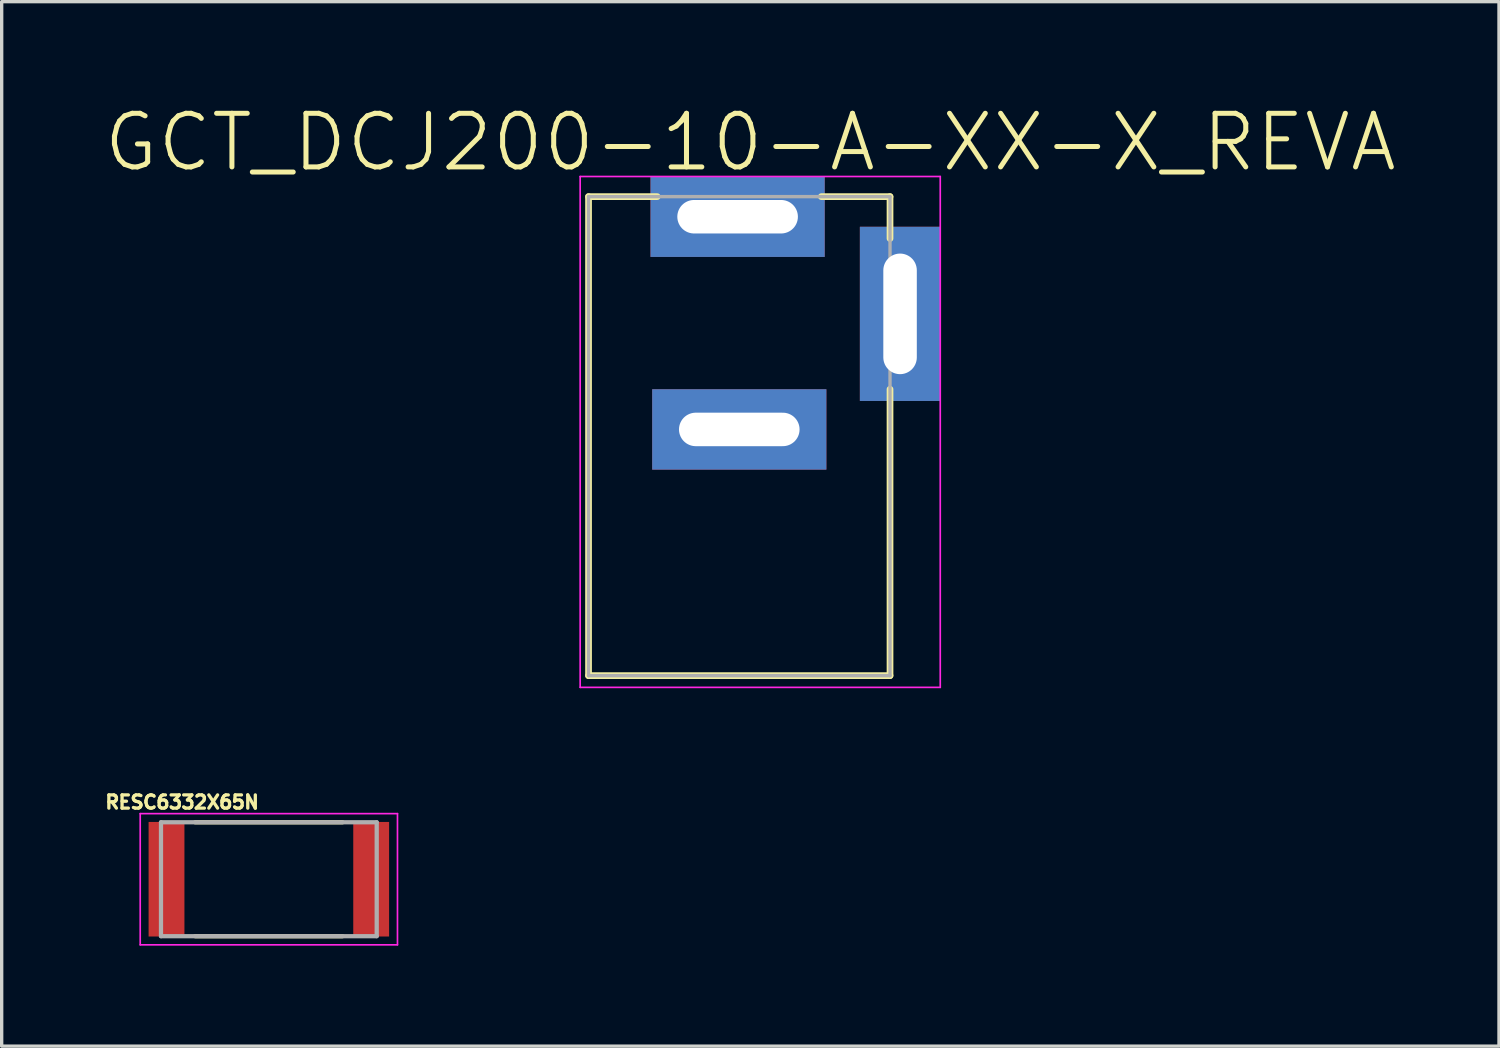
<source format=kicad_pcb>
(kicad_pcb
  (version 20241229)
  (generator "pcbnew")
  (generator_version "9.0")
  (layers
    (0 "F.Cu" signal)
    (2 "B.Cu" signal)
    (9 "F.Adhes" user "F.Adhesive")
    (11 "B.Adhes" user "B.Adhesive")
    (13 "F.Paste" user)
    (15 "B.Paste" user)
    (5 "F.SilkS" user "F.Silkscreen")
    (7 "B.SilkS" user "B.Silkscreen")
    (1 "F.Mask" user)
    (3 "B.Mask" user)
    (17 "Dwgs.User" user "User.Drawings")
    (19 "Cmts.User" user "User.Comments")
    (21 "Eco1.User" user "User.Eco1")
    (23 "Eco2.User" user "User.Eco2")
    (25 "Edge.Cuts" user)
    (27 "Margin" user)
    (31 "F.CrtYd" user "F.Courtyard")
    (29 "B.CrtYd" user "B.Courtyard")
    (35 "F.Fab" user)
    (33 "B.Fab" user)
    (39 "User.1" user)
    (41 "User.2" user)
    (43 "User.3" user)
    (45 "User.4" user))
  (footprint "RESC6332X65N"
    (layer "F.Cu")
    (at 4.976 23.198)
    (property "Reference" "RESC6332X65N" (at -2.59 -2.3 0) (layer "F.SilkS") (effects (font (size 0.394 0.394) (thickness 0.15))))
    (attr through_hole)
    (fp_line (start -2.2 -1.7) (end 2.2 -1.7) (stroke (width 0.127) (type solid)) (layer "F.SilkS"))
    (fp_line (start -2.2 1.7) (end 2.2 1.7) (stroke (width 0.127) (type solid)) (layer "F.SilkS"))
    (fp_line (start -3.84 -1.958) (end 3.84 -1.958) (stroke (width 0.05) (type solid)) (layer "F.CrtYd"))
    (fp_line (start -3.84 1.958) (end -3.84 -1.958) (stroke (width 0.05) (type solid)) (layer "F.CrtYd"))
    (fp_line (start -3.84 1.958) (end 3.84 1.958) (stroke (width 0.05) (type solid)) (layer "F.CrtYd"))
    (fp_line (start 3.84 1.958) (end 3.84 -1.958) (stroke (width 0.05) (type solid)) (layer "F.CrtYd"))
    (fp_line (start -3.22 1.7) (end -3.22 -1.7) (stroke (width 0.127) (type solid)) (layer "F.Fab"))
    (fp_line (start 3.22 -1.7) (end -3.22 -1.7) (stroke (width 0.127) (type solid)) (layer "F.Fab"))
    (fp_line (start 3.22 1.7) (end -3.22 1.7) (stroke (width 0.127) (type solid)) (layer "F.Fab"))
    (fp_line (start 3.22 1.7) (end 3.22 -1.7) (stroke (width 0.127) (type solid)) (layer "F.Fab"))
    (pad "1" smd rect (at -3.055 0) (size 1.07 3.42) (layers "F.Cu" "F.Mask" "F.Paste"))
    (pad "2" smd rect (at 3.055 0) (size 1.07 3.42) (layers "F.Cu" "F.Mask" "F.Paste")))
  (footprint "GCT_DCJ200-10-A-XX-X_REVA"
    (layer "F.Cu")
    (at 19.02 9.97)
    (property "Reference" "GCT_DCJ200-10-A-XX-X_REVA" (at 0.33 -8.77 0) (layer "F.SilkS") (effects (font (size 1.601 1.601) (thickness 0.15))))
    (attr through_hole)
    (fp_line (start -4.5 -7.15) (end -4.5 7.15) (stroke (width 0.2) (type solid)) (layer "F.SilkS"))
    (fp_line (start -4.5 7.15) (end 4.5 7.15) (stroke (width 0.2) (type solid)) (layer "F.SilkS"))
    (fp_line (start -2.45 -7.15) (end -4.5 -7.15) (stroke (width 0.2) (type solid)) (layer "F.SilkS"))
    (fp_line (start 2.45 -7.15) (end 4.5 -7.15) (stroke (width 0.2) (type solid)) (layer "F.SilkS"))
    (fp_line (start 4.5 -7.15) (end 4.5 -5.9) (stroke (width 0.2) (type solid)) (layer "F.SilkS"))
    (fp_line (start 4.5 7.15) (end 4.5 -1.4) (stroke (width 0.2) (type solid)) (layer "F.SilkS"))
    (fp_line (start -4.75 -7.75) (end 6 -7.75) (stroke (width 0.05) (type solid)) (layer "F.CrtYd"))
    (fp_line (start -4.75 7.5) (end -4.75 -7.75) (stroke (width 0.05) (type solid)) (layer "F.CrtYd"))
    (fp_line (start 6 -7.75) (end 6 7.5) (stroke (width 0.05) (type solid)) (layer "F.CrtYd"))
    (fp_line (start 6 7.5) (end -4.75 7.5) (stroke (width 0.05) (type solid)) (layer "F.CrtYd"))
    (fp_line (start -4.5 -7.15) (end 4.5 -7.15) (stroke (width 0.1) (type solid)) (layer "F.Fab"))
    (fp_line (start -4.5 7.15) (end -4.5 -7.15) (stroke (width 0.1) (type solid)) (layer "F.Fab"))
    (fp_line (start -4.5 7.15) (end 4.5 7.15) (stroke (width 0.1) (type solid)) (layer "F.Fab"))
    (fp_line (start 4.5 7.15) (end 4.5 -7.15) (stroke (width 0.1) (type solid)) (layer "F.Fab"))
    (pad "1" thru_hole rect (at -0.05 -6.55) (size 5.2 2.4) (drill oval 3.6 1) (layers "*.Cu" "*.Mask"))
    (pad "2" thru_hole rect (at 0 -0.2) (size 5.2 2.4) (drill oval 3.6 1) (layers "*.Cu" "*.Mask"))
    (pad "3" thru_hole rect (at 4.8 -3.65 90) (size 5.2 2.4) (drill oval 3.6 1) (layers "*.Cu" "*.Mask")))
  (gr_rect
    (start -3 -3)
    (end 41.7 28.181)
    (stroke (width 0.1) (type default))
    (fill no)
    (layer "Edge.Cuts")))
</source>
